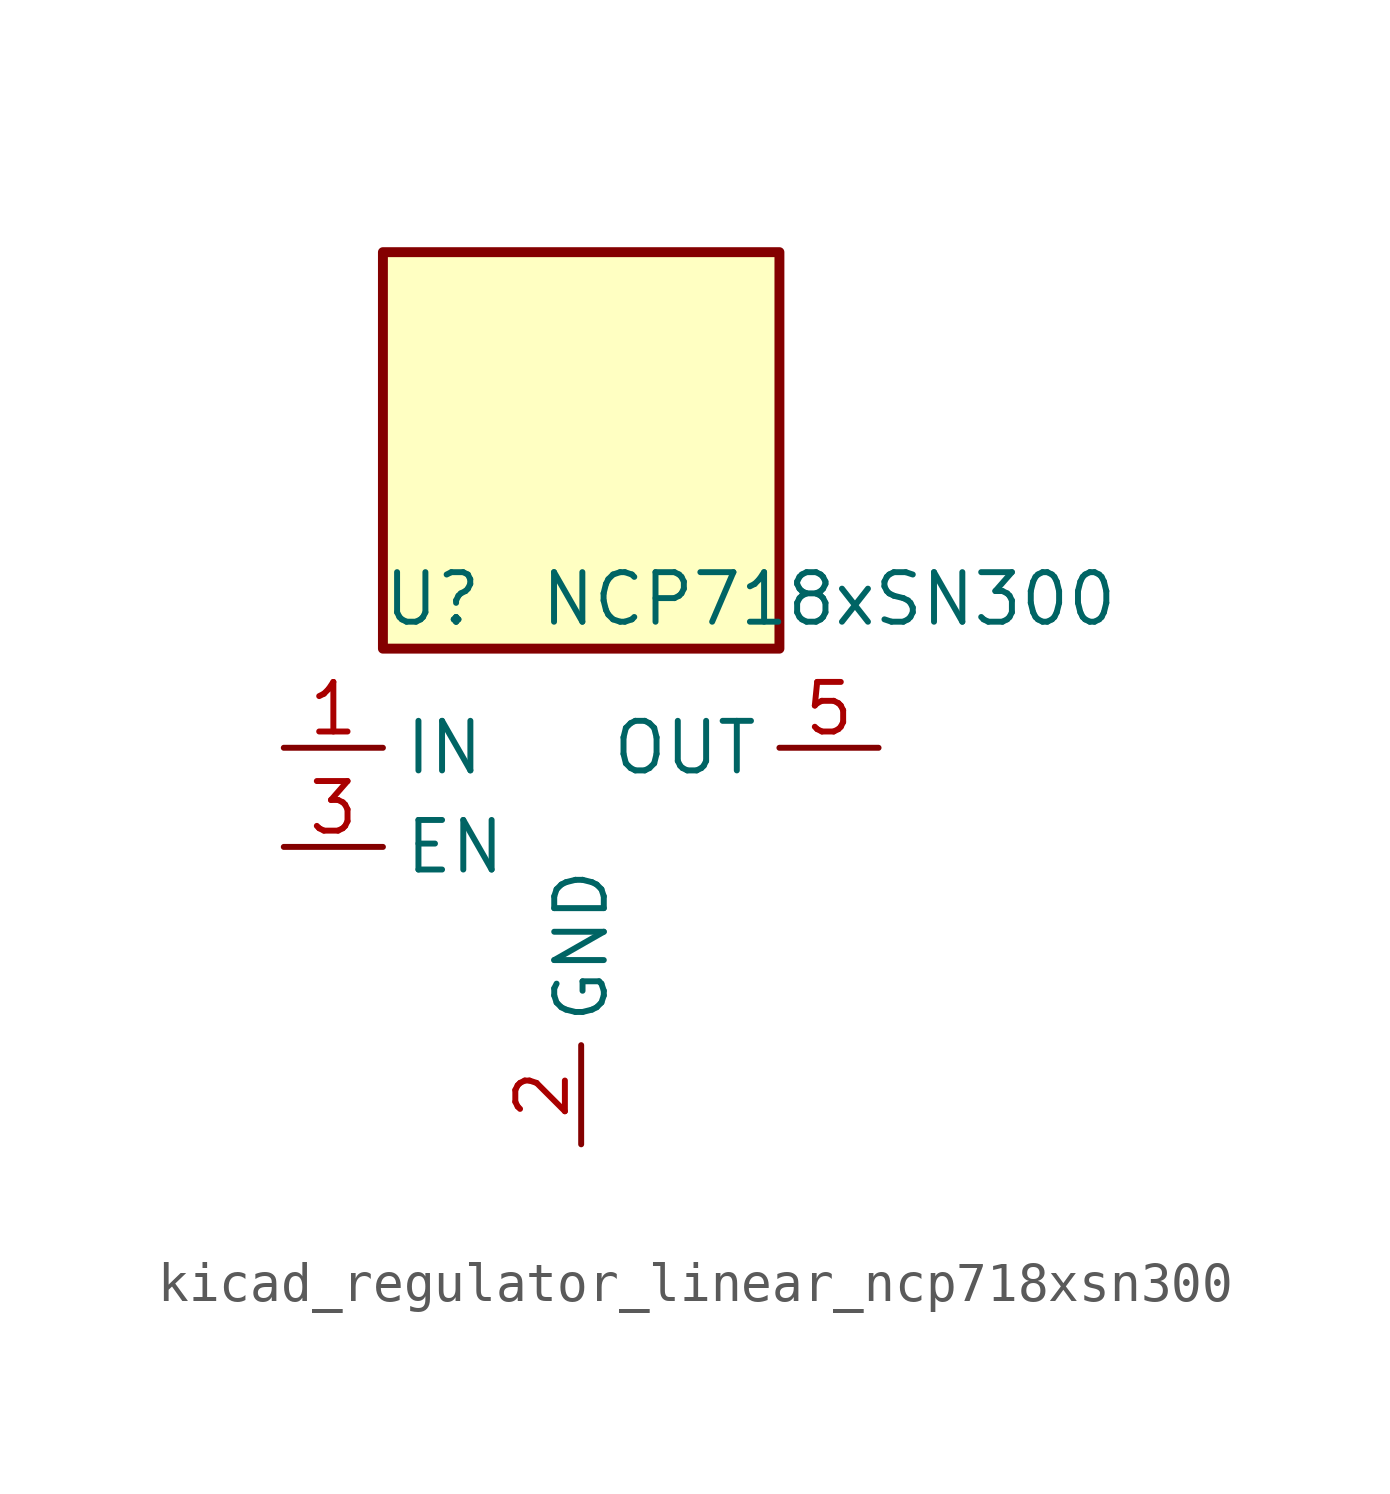
<source format=kicad_sym>
(kicad_symbol_lib
  (version 20220914)
  (generator kicad_symbol_editor)
  (symbol "kicad_regulator_linear_ncp718xsn300"
    (property "Reference" "U"
      (at -3.81 6.35 0)
      (effects (font (size 1.27 1.27))))
    (property "Value" "NCP718xSN300"
      (at 6.35 6.35 0)
      (effects (font (size 1.27 1.27))))
    (symbol "kicad_regulator_linear_ncp718xsn300_0_1"
      (rectangle (start 5.08 15.24) (end -5.08 5.08) (stroke (width 0.254) (type default)) (fill (type background)))
      (pin power_in line (at -7.62 2.54 0) (length 2.54) (name "IN" (effects (font (size 1.27 1.27)))) (number "1" (effects (font (size 1.27 1.27)))))
      (pin power_in line (at 0 -7.62 90) (length 2.54) (name "GND" (effects (font (size 1.27 1.27)))) (number "2" (effects (font (size 1.27 1.27)))))
      (pin input line (at -7.62 0 0) (length 2.54) (name "EN" (effects (font (size 1.27 1.27)))) (number "3" (effects (font (size 1.27 1.27)))))
      (pin no_connect line (at 5.08 0 180) (length 2.54) hide (name "NC" (effects (font (size 1.27 1.27)))) (number "4" (effects (font (size 1.27 1.27)))))
      (pin power_out line (at 7.62 2.54 180) (length 2.54) (name "OUT" (effects (font (size 1.27 1.27)))) (number "5" (effects (font (size 1.27 1.27))))))))
</source>
